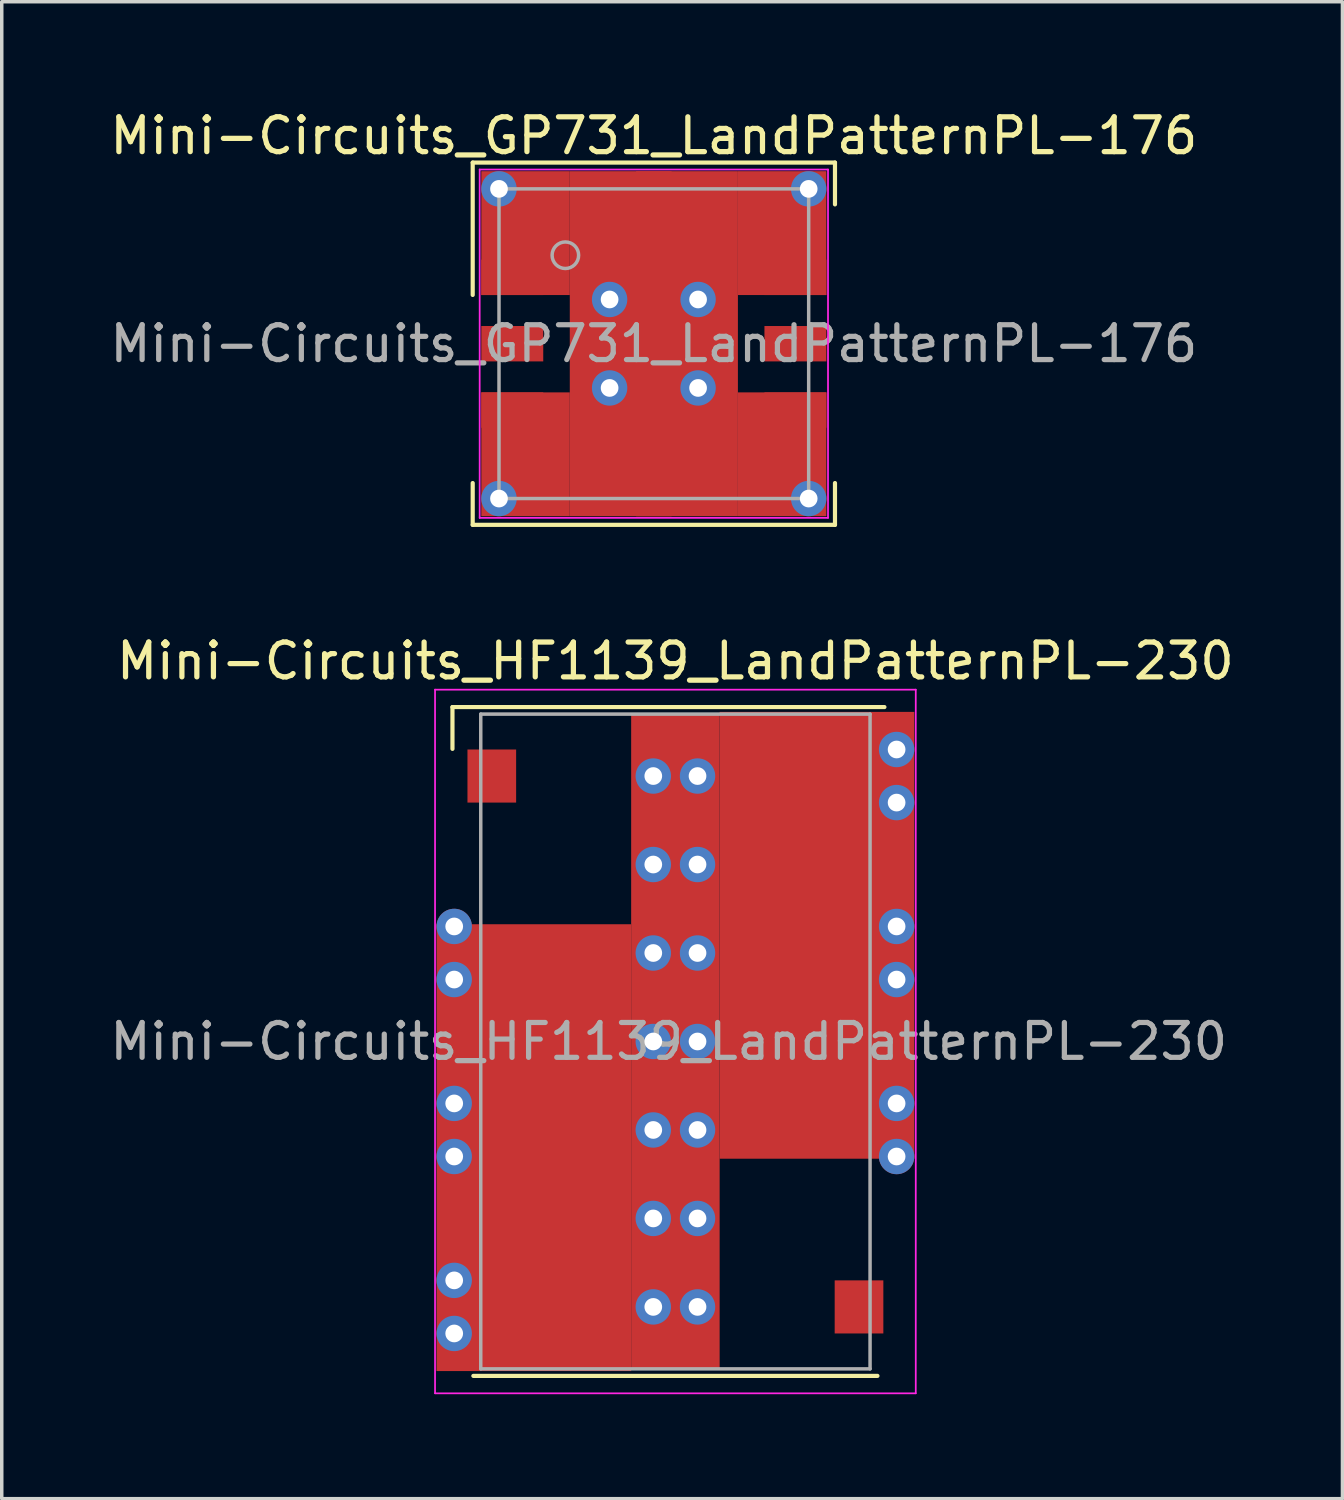
<source format=kicad_pcb>
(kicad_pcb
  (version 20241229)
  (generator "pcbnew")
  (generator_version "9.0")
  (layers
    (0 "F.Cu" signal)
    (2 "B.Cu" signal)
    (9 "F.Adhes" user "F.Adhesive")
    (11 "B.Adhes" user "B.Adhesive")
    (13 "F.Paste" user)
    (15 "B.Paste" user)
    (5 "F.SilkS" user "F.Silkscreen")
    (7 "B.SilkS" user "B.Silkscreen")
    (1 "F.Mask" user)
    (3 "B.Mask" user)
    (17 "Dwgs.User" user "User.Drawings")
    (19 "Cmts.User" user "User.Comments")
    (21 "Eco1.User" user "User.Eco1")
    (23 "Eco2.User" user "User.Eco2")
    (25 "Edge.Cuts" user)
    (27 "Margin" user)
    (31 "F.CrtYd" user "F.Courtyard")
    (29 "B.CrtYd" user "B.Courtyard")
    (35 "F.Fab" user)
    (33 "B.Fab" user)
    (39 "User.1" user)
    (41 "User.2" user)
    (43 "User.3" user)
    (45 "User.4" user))
  (footprint "Mini-Circuits_HF1139_LandPatternPL-230"
    (layer "F.Cu")
    (at 16.339 26.848)
    (property "Reference" "Mini-Circuits_HF1139_LandPatternPL-230" (at 0 -10.922 0) (layer "F.SilkS") (effects (font (size 1 1) (thickness 0.15))))
    (attr smd)
    (fp_line (start -6.4 -9.6) (end -6.4 -8.4) (stroke (width 0.12) (type solid)) (layer "F.SilkS"))
    (fp_line (start 5.8 9.6) (end -5.8 9.6) (stroke (width 0.12) (type solid)) (layer "F.SilkS"))
    (fp_line (start 6 -9.6) (end -6.4 -9.6) (stroke (width 0.12) (type solid)) (layer "F.SilkS"))
    (fp_line (start -6.9 -10.1) (end 6.9 -10.1) (stroke (width 0.05) (type solid)) (layer "F.CrtYd"))
    (fp_line (start -6.9 10.1) (end -6.9 -10.1) (stroke (width 0.05) (type solid)) (layer "F.CrtYd"))
    (fp_line (start 6.9 -10.1) (end 6.9 10.1) (stroke (width 0.05) (type solid)) (layer "F.CrtYd"))
    (fp_line (start 6.9 10.1) (end -6.9 10.1) (stroke (width 0.05) (type solid)) (layer "F.CrtYd"))
    (fp_line (start -5.588 -9.398) (end -5.588 9.398) (stroke (width 0.1) (type solid)) (layer "F.Fab"))
    (fp_line (start 5.588 -9.398) (end -5.588 -9.398) (stroke (width 0.1) (type solid)) (layer "F.Fab"))
    (fp_line (start 5.588 9.398) (end -5.588 9.398) (stroke (width 0.1) (type solid)) (layer "F.Fab"))
    (fp_line (start 5.588 9.398) (end 5.588 -9.398) (stroke (width 0.1) (type solid)) (layer "F.Fab"))
    (fp_text user "${REFERENCE}" (at -0.191 0 180) (layer "F.Fab") (effects (font (size 1 1) (thickness 0.15))))
    (pad "1" smd rect (at -5.271 -7.62 270) (size 1.524 1.397) (layers "F.Cu" "F.Mask" "F.Paste"))
    (pad "2" smd rect (at 5.271 -7.62 270) (size 1.524 1.397) (layers "F.Cu" "F.Mask" "F.Paste"))
    (pad "2" thru_hole circle (at 6.35 -8.382 270) (size 1.016 1.016) (drill 0.508) (layers "*.Cu"))
    (pad "2" thru_hole circle (at 6.35 -6.858 270) (size 1.016 1.016) (drill 0.508) (layers "*.Cu"))
    (pad "3" thru_hole circle (at -6.35 -3.302 270) (size 1.016 1.016) (drill 0.508) (layers "*.Cu"))
    (pad "3" thru_hole circle (at -6.35 -1.778 270) (size 1.016 1.016) (drill 0.508) (layers "*.Cu"))
    (pad "3" smd rect (at -5.271 -2.54 270) (size 1.524 1.397) (layers "F.Cu" "F.Mask" "F.Paste"))
    (pad "4" smd rect (at 5.271 -2.54 270) (size 1.524 1.397) (layers "F.Cu" "F.Mask" "F.Paste"))
    (pad "4" thru_hole circle (at 6.35 -3.302 270) (size 1.016 1.016) (drill 0.508) (layers "*.Cu"))
    (pad "4" thru_hole circle (at 6.35 -1.778 270) (size 1.016 1.016) (drill 0.508) (layers "*.Cu"))
    (pad "5" thru_hole circle (at -6.35 1.778 270) (size 1.016 1.016) (drill 0.508) (layers "*.Cu"))
    (pad "5" thru_hole circle (at -6.35 3.302 270) (size 1.016 1.016) (drill 0.508) (layers "*.Cu"))
    (pad "5" smd rect (at -5.271 2.54 270) (size 1.524 1.397) (layers "F.Cu" "F.Mask" "F.Paste"))
    (pad "6" smd rect (at 5.271 2.54 270) (size 1.524 1.397) (layers "F.Cu" "F.Mask" "F.Paste"))
    (pad "6" thru_hole circle (at 6.35 1.778 270) (size 1.016 1.016) (drill 0.508) (layers "*.Cu"))
    (pad "6" thru_hole circle (at 6.35 3.302 270) (size 1.016 1.016) (drill 0.508) (layers "*.Cu"))
    (pad "7" thru_hole circle (at -6.35 6.858 270) (size 1.016 1.016) (drill 0.508) (layers "*.Cu"))
    (pad "7" thru_hole circle (at -6.35 8.382 270) (size 1.016 1.016) (drill 0.508) (layers "*.Cu"))
    (pad "7" smd rect (at -5.271 7.62 270) (size 1.524 1.397) (layers "F.Cu" "F.Mask" "F.Paste"))
    (pad "7" smd rect (at -4.064 3.048 270) (size 12.827 5.588) (layers "F.Cu"))
    (pad "7" thru_hole circle (at -0.635 -7.62 270) (size 1.016 1.016) (drill 0.508) (layers "*.Cu"))
    (pad "7" thru_hole circle (at -0.635 -5.08 270) (size 1.016 1.016) (drill 0.508) (layers "*.Cu"))
    (pad "7" thru_hole circle (at -0.635 -2.54 270) (size 1.016 1.016) (drill 0.508) (layers "*.Cu"))
    (pad "7" thru_hole circle (at -0.635 0 270) (size 1.016 1.016) (drill 0.508) (layers "*.Cu"))
    (pad "7" thru_hole circle (at -0.635 2.54 270) (size 1.016 1.016) (drill 0.508) (layers "*.Cu"))
    (pad "7" thru_hole circle (at -0.635 5.08 270) (size 1.016 1.016) (drill 0.508) (layers "*.Cu"))
    (pad "7" thru_hole circle (at -0.635 7.62 270) (size 1.016 1.016) (drill 0.508) (layers "*.Cu"))
    (pad "7" smd rect (at 0 0 270) (size 18.796 2.54) (layers "F.Cu"))
    (pad "7" thru_hole circle (at 0.635 -7.62 270) (size 1.016 1.016) (drill 0.508) (layers "*.Cu"))
    (pad "7" thru_hole circle (at 0.635 -5.08 270) (size 1.016 1.016) (drill 0.508) (layers "*.Cu"))
    (pad "7" thru_hole circle (at 0.635 -2.54 270) (size 1.016 1.016) (drill 0.508) (layers "*.Cu"))
    (pad "7" thru_hole circle (at 0.635 0 270) (size 1.016 1.016) (drill 0.508) (layers "*.Cu"))
    (pad "7" thru_hole circle (at 0.635 2.54 270) (size 1.016 1.016) (drill 0.508) (layers "*.Cu"))
    (pad "7" thru_hole circle (at 0.635 5.08 270) (size 1.016 1.016) (drill 0.508) (layers "*.Cu"))
    (pad "7" thru_hole circle (at 0.635 7.62 270) (size 1.016 1.016) (drill 0.508) (layers "*.Cu"))
    (pad "7" smd rect (at 4.064 -3.048 270) (size 12.827 5.588) (layers "F.Cu"))
    (pad "8" smd rect (at 5.271 7.62 270) (size 1.524 1.397) (layers "F.Cu" "F.Mask" "F.Paste")))
  (footprint "Mini-Circuits_GP731_LandPatternPL-176"
    (layer "F.Cu")
    (at 15.72 6.817)
    (property "Reference" "Mini-Circuits_GP731_LandPatternPL-176" (at 0 -5.969 0) (layer "F.SilkS") (effects (font (size 1 1) (thickness 0.15))))
    (attr smd)
    (fp_line (start -5.2 -5.2) (end -5.2 -1.4) (stroke (width 0.12) (type solid)) (layer "F.SilkS"))
    (fp_line (start -5.2 -5.2) (end 5.2 -5.2) (stroke (width 0.12) (type solid)) (layer "F.SilkS"))
    (fp_line (start -5.2 4) (end -5.2 5.2) (stroke (width 0.12) (type solid)) (layer "F.SilkS"))
    (fp_line (start 5.2 -4) (end 5.2 -5.2) (stroke (width 0.12) (type solid)) (layer "F.SilkS"))
    (fp_line (start 5.2 5.2) (end -5.2 5.2) (stroke (width 0.12) (type solid)) (layer "F.SilkS"))
    (fp_line (start 5.2 5.2) (end 5.2 4) (stroke (width 0.12) (type solid)) (layer "F.SilkS"))
    (fp_line (start -5 -5) (end 5 -5) (stroke (width 0.05) (type solid)) (layer "F.CrtYd"))
    (fp_line (start -5 5) (end -5 -5) (stroke (width 0.05) (type solid)) (layer "F.CrtYd"))
    (fp_line (start 5 -5) (end 5 5) (stroke (width 0.05) (type solid)) (layer "F.CrtYd"))
    (fp_line (start 5 5) (end -5 5) (stroke (width 0.05) (type solid)) (layer "F.CrtYd"))
    (fp_line (start -4.445 -4.445) (end 4.445 -4.445) (stroke (width 0.1) (type solid)) (layer "F.Fab"))
    (fp_line (start -4.445 4.445) (end -4.445 -4.445) (stroke (width 0.1) (type solid)) (layer "F.Fab"))
    (fp_line (start 4.445 -4.445) (end 4.445 4.445) (stroke (width 0.1) (type solid)) (layer "F.Fab"))
    (fp_line (start 4.445 4.445) (end -4.445 4.445) (stroke (width 0.1) (type solid)) (layer "F.Fab"))
    (fp_circle (center -2.54 -2.54) (end -2.159 -2.54) (stroke (width 0.1) (type solid)) (fill no) (layer "F.Fab"))
    (fp_text user "${REFERENCE}" (at 0 0 0) (layer "F.Fab") (effects (font (size 1 1) (thickness 0.15))))
    (pad "1" smd rect (at -4.953 -1.905 180) (size 1.778 1.016) (drill (offset -0.889 0)) (layers "F.Cu" "F.Mask" "F.Paste"))
    (pad "1" thru_hole circle (at -4.445 -4.445) (size 1.016 1.016) (drill 0.508) (layers "*.Cu"))
    (pad "1" thru_hole circle (at -4.445 4.445) (size 1.016 1.016) (drill 0.508) (layers "*.Cu"))
    (pad "1" smd rect (at -3.683 -3.175) (size 2.54 3.556) (layers "F.Cu"))
    (pad "1" smd rect (at -3.683 3.175) (size 2.54 3.556) (layers "F.Cu"))
    (pad "1" thru_hole circle (at -1.27 -1.27) (size 1.016 1.016) (drill 0.508) (layers "*.Cu"))
    (pad "1" thru_hole circle (at -1.27 1.27) (size 1.016 1.016) (drill 0.508) (layers "*.Cu"))
    (pad "1" smd rect (at 0 0) (size 4.826 9.906) (layers "F.Cu"))
    (pad "1" thru_hole circle (at 1.27 -1.27) (size 1.016 1.016) (drill 0.508) (layers "*.Cu"))
    (pad "1" thru_hole circle (at 1.27 1.27) (size 1.016 1.016) (drill 0.508) (layers "*.Cu"))
    (pad "1" smd rect (at 3.683 -3.175) (size 2.54 3.556) (layers "F.Cu"))
    (pad "1" smd rect (at 3.683 3.175) (size 2.54 3.556) (layers "F.Cu"))
    (pad "1" thru_hole circle (at 4.445 -4.445) (size 1.016 1.016) (drill 0.508) (layers "*.Cu"))
    (pad "1" thru_hole circle (at 4.445 4.445) (size 1.016 1.016) (drill 0.508) (layers "*.Cu"))
    (pad "2" smd rect (at -4.953 0 180) (size 1.778 1.016) (drill (offset -0.889 0)) (layers "F.Cu" "F.Mask" "F.Paste"))
    (pad "3" smd rect (at -4.953 1.905 180) (size 1.778 1.016) (drill (offset -0.889 0)) (layers "F.Cu" "F.Mask" "F.Paste"))
    (pad "4" smd rect (at 0 4.953 270) (size 1.778 1.016) (drill (offset -0.889 0)) (layers "F.Cu" "F.Mask" "F.Paste"))
    (pad "5" smd rect (at 4.953 1.905) (size 1.778 1.016) (drill (offset -0.889 0)) (layers "F.Cu" "F.Mask" "F.Paste"))
    (pad "6" smd rect (at 4.953 0) (size 1.778 1.016) (drill (offset -0.889 0)) (layers "F.Cu" "F.Mask" "F.Paste"))
    (pad "7" smd rect (at 4.953 -1.905) (size 1.778 1.016) (drill (offset -0.889 0)) (layers "F.Cu" "F.Mask" "F.Paste"))
    (pad "8" smd rect (at 0 -4.953 270) (size 1.778 1.016) (drill (offset 0.889 0)) (layers "F.Cu" "F.Mask" "F.Paste")))
  (gr_rect
    (start -3 -3)
    (end 35.488 39.972)
    (stroke (width 0.1) (type default))
    (fill no)
    (layer "Edge.Cuts")))
</source>
